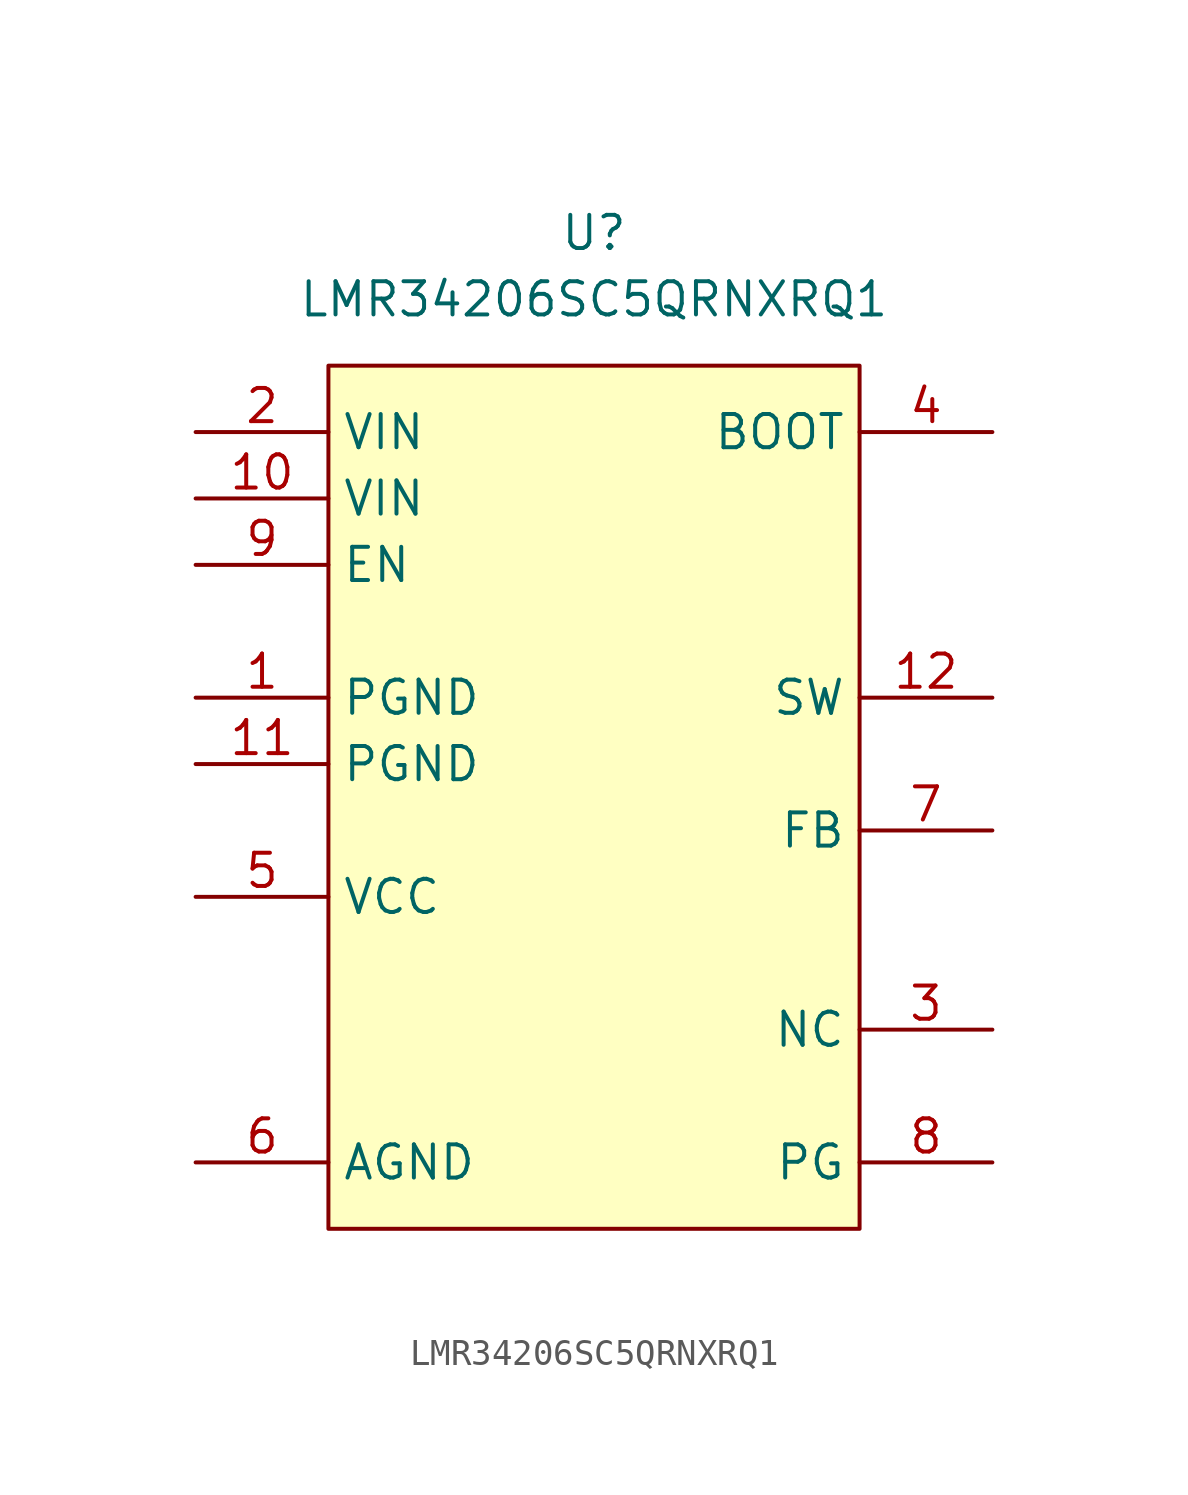
<source format=kicad_sym>
(kicad_symbol_lib
  (version 20231120)
  (generator "kicad_symbol_editor")
  (generator_version "8.0")
  (symbol "LMR34206SC5QRNXRQ1"
    (property "Reference" "U"
      (at 0 5.08 0)
      (effects (font (size 1.27 1.27))))
    (property "Value" "LMR34206SC5QRNXRQ1"
      (at 0 2.54 0)
      (effects (font (size 1.27 1.27))))
    (symbol "LMR34206SC5QRNXRQ1_1_0"
      (pin passive line (at -15.24 -5.08 0) (length 5.08) (name "VIN" (effects (font (size 1.27 1.27)))) (number "10" (effects (font (size 1.27 1.27)))))
      (pin passive line (at 15.24 -12.7 180) (length 5.08) (name "SW" (effects (font (size 1.27 1.27)))) (number "12" (effects (font (size 1.27 1.27)))))
      (pin passive line (at -15.24 -2.54 0) (length 5.08) (name "VIN" (effects (font (size 1.27 1.27)))) (number "2" (effects (font (size 1.27 1.27)))))
      (pin passive line (at 15.24 -25.4 180) (length 5.08) (name "NC" (effects (font (size 1.27 1.27)))) (number "3" (effects (font (size 1.27 1.27)))))
      (pin passive line (at 15.24 -2.54 180) (length 5.08) (name "BOOT" (effects (font (size 1.27 1.27)))) (number "4" (effects (font (size 1.27 1.27)))))
      (pin passive line (at -15.24 -20.32 0) (length 5.08) (name "VCC" (effects (font (size 1.27 1.27)))) (number "5" (effects (font (size 1.27 1.27)))))
      (pin passive line (at -15.24 -30.48 0) (length 5.08) (name "AGND" (effects (font (size 1.27 1.27)))) (number "6" (effects (font (size 1.27 1.27)))))
      (pin passive line (at 15.24 -17.78 180) (length 5.08) (name "FB" (effects (font (size 1.27 1.27)))) (number "7" (effects (font (size 1.27 1.27)))))
      (pin passive line (at 15.24 -30.48 180) (length 5.08) (name "PG" (effects (font (size 1.27 1.27)))) (number "8" (effects (font (size 1.27 1.27)))))
      (pin passive line (at -15.24 -7.62 0) (length 5.08) (name "EN" (effects (font (size 1.27 1.27)))) (number "9" (effects (font (size 1.27 1.27))))))
    (symbol "LMR34206SC5QRNXRQ1_1_1"
      (rectangle (start -10.16 0) (end 10.16 -33.02) (stroke (width 0) (type default)) (fill (type background)))
      (pin passive line (at -15.24 -12.7 0) (length 5.08) (name "PGND" (effects (font (size 1.27 1.27)))) (number "1" (effects (font (size 1.27 1.27)))))
      (pin passive line (at -15.24 -15.24 0) (length 5.08) (name "PGND" (effects (font (size 1.27 1.27)))) (number "11" (effects (font (size 1.27 1.27))))))))
</source>
